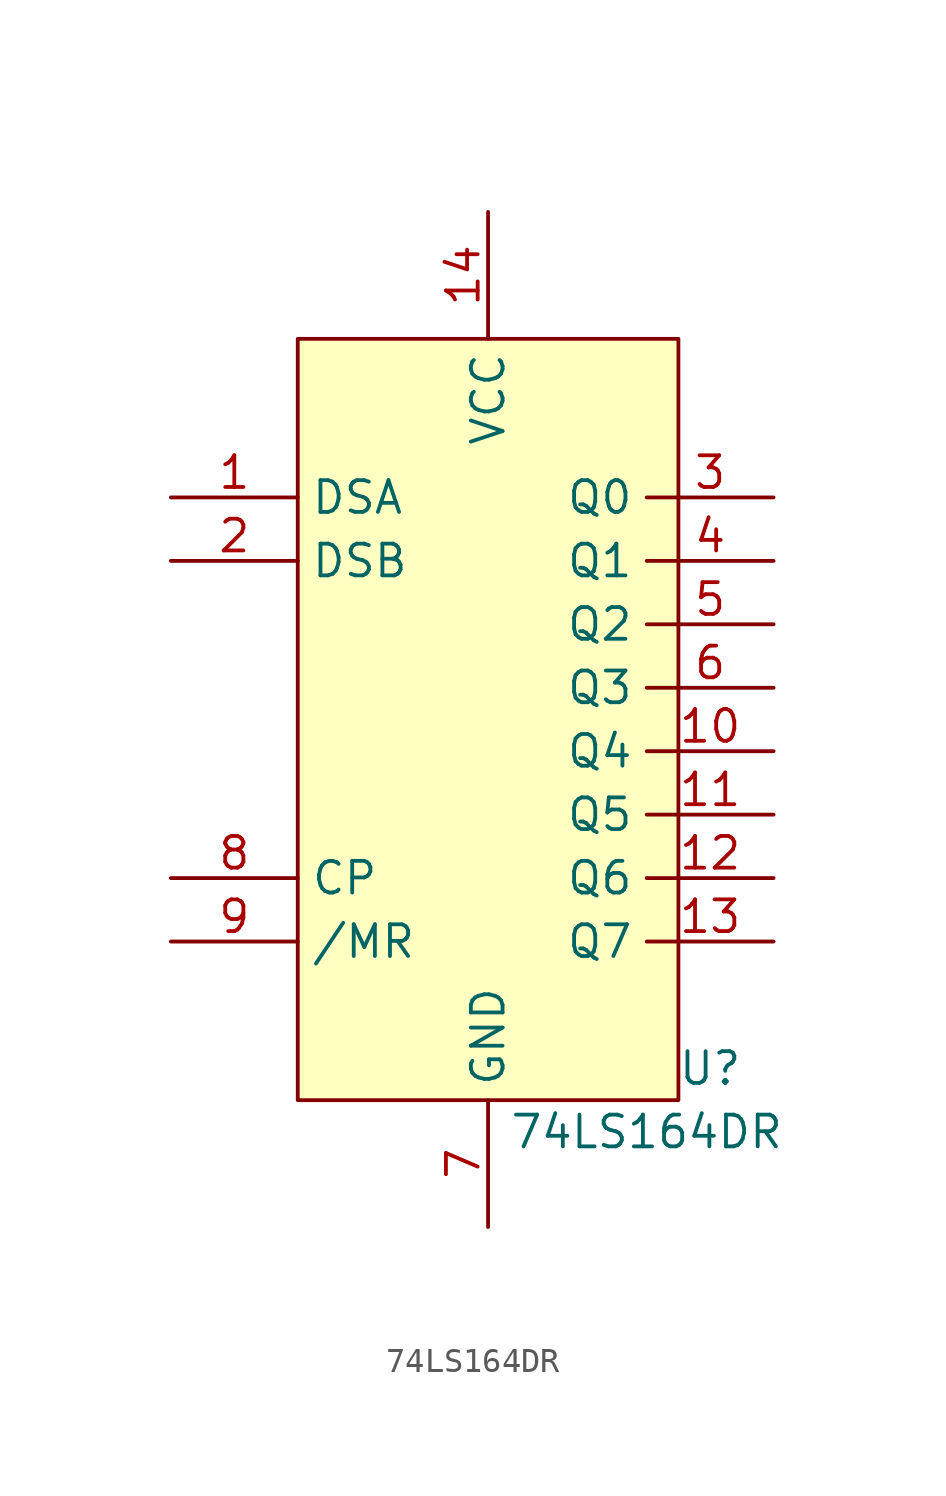
<source format=kicad_sym>
(kicad_symbol_lib
  (version 20211014)
  (generator kicad_symbol_editor)
  (symbol "74LS164DR"
    (property "Reference" "U"
      (at 8.89 -13.97 0)
      (effects (font (size 1.27 1.27))))
    (property "Value" "74LS164DR"
      (at 6.35 -16.51 0)
      (effects (font (size 1.27 1.27))))
    (symbol "74LS164DR_0_1"
      (rectangle (start 7.62 -15.24) (end -7.62 15.24) (stroke (width 0) (type default) (color 0 0 0 0)) (fill (type background))))
    (symbol "74LS164DR_1_1"
      (pin input line (at -12.7 8.89 0) (length 5.08) (name "DSA" (effects (font (size 1.27 1.27)))) (number "1" (effects (font (size 1.27 1.27)))))
      (pin passive line (at 11.43 -1.27 180) (length 5.08) (name "Q4" (effects (font (size 1.27 1.27)))) (number "10" (effects (font (size 1.27 1.27)))))
      (pin passive line (at 11.43 -3.81 180) (length 5.08) (name "Q5" (effects (font (size 1.27 1.27)))) (number "11" (effects (font (size 1.27 1.27)))))
      (pin passive line (at 11.43 -6.35 180) (length 5.08) (name "Q6" (effects (font (size 1.27 1.27)))) (number "12" (effects (font (size 1.27 1.27)))))
      (pin passive line (at 11.43 -8.89 180) (length 5.08) (name "Q7" (effects (font (size 1.27 1.27)))) (number "13" (effects (font (size 1.27 1.27)))))
      (pin passive line (at 0 20.32 270) (length 5.08) (name "VCC" (effects (font (size 1.27 1.27)))) (number "14" (effects (font (size 1.27 1.27)))))
      (pin input line (at -12.7 6.35 0) (length 5.08) (name "DSB" (effects (font (size 1.27 1.27)))) (number "2" (effects (font (size 1.27 1.27)))))
      (pin passive line (at 11.43 8.89 180) (length 5.08) (name "Q0" (effects (font (size 1.27 1.27)))) (number "3" (effects (font (size 1.27 1.27)))))
      (pin passive line (at 11.43 6.35 180) (length 5.08) (name "Q1" (effects (font (size 1.27 1.27)))) (number "4" (effects (font (size 1.27 1.27)))))
      (pin passive line (at 11.43 3.81 180) (length 5.08) (name "Q2" (effects (font (size 1.27 1.27)))) (number "5" (effects (font (size 1.27 1.27)))))
      (pin passive line (at 11.43 1.27 180) (length 5.08) (name "Q3" (effects (font (size 1.27 1.27)))) (number "6" (effects (font (size 1.27 1.27)))))
      (pin passive line (at 0 -20.32 90) (length 5.08) (name "GND" (effects (font (size 1.27 1.27)))) (number "7" (effects (font (size 1.27 1.27)))))
      (pin passive line (at -12.7 -6.35 0) (length 5.08) (name "CP" (effects (font (size 1.27 1.27)))) (number "8" (effects (font (size 1.27 1.27)))))
      (pin passive line (at -12.7 -8.89 0) (length 5.08) (name "/MR" (effects (font (size 1.27 1.27)))) (number "9" (effects (font (size 1.27 1.27))))))))
</source>
